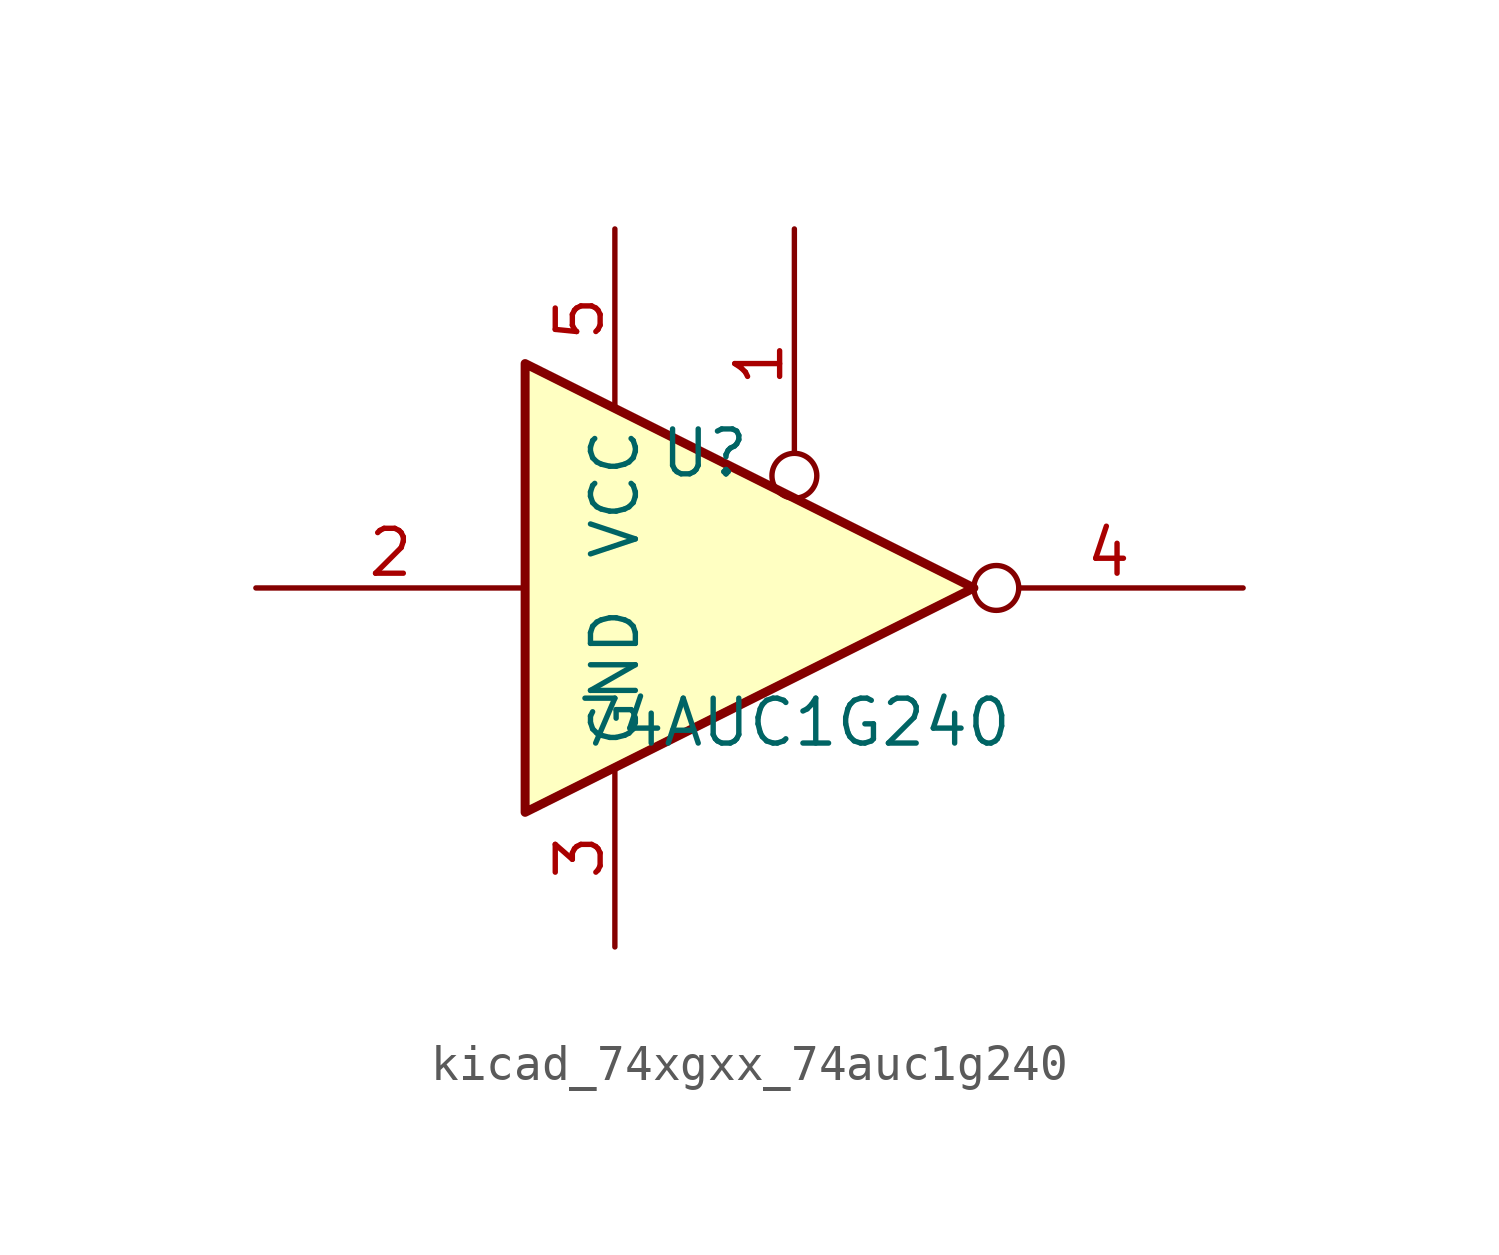
<source format=kicad_sym>
(kicad_symbol_lib
  (version 20220914)
  (generator kicad_symbol_editor)
  (symbol "kicad_74xgxx_74auc1g240"
    (property "Reference" "U"
      (at -2.54 3.81 0)
      (effects (font (size 1.27 1.27))))
    (property "Value" "74AUC1G240"
      (at 0 -3.81 0)
      (effects (font (size 1.27 1.27))))
    (symbol "kicad_74xgxx_74auc1g240_0_1"
      (polyline (pts (xy -7.62 6.35) (xy -7.62 -6.35) (xy 5.08 0) (xy -7.62 6.35)) (stroke (width 0.254) (type default)) (fill (type background))))
    (symbol "kicad_74xgxx_74auc1g240_1_1"
      (pin input inverted (at 0 10.16 270) (length 7.62) (name "~" (effects (font (size 1.27 1.27)))) (number "1" (effects (font (size 1.27 1.27)))))
      (pin input line (at -15.24 0 0) (length 7.62) (name "~" (effects (font (size 1.27 1.27)))) (number "2" (effects (font (size 1.27 1.27)))))
      (pin power_in line (at -5.08 -10.16 90) (length 5.08) (name "GND" (effects (font (size 1.27 1.27)))) (number "3" (effects (font (size 1.27 1.27)))))
      (pin tri_state inverted (at 12.7 0 180) (length 7.62) (name "~" (effects (font (size 1.27 1.27)))) (number "4" (effects (font (size 1.27 1.27)))))
      (pin power_in line (at -5.08 10.16 270) (length 5.08) (name "VCC" (effects (font (size 1.27 1.27)))) (number "5" (effects (font (size 1.27 1.27))))))))
</source>
